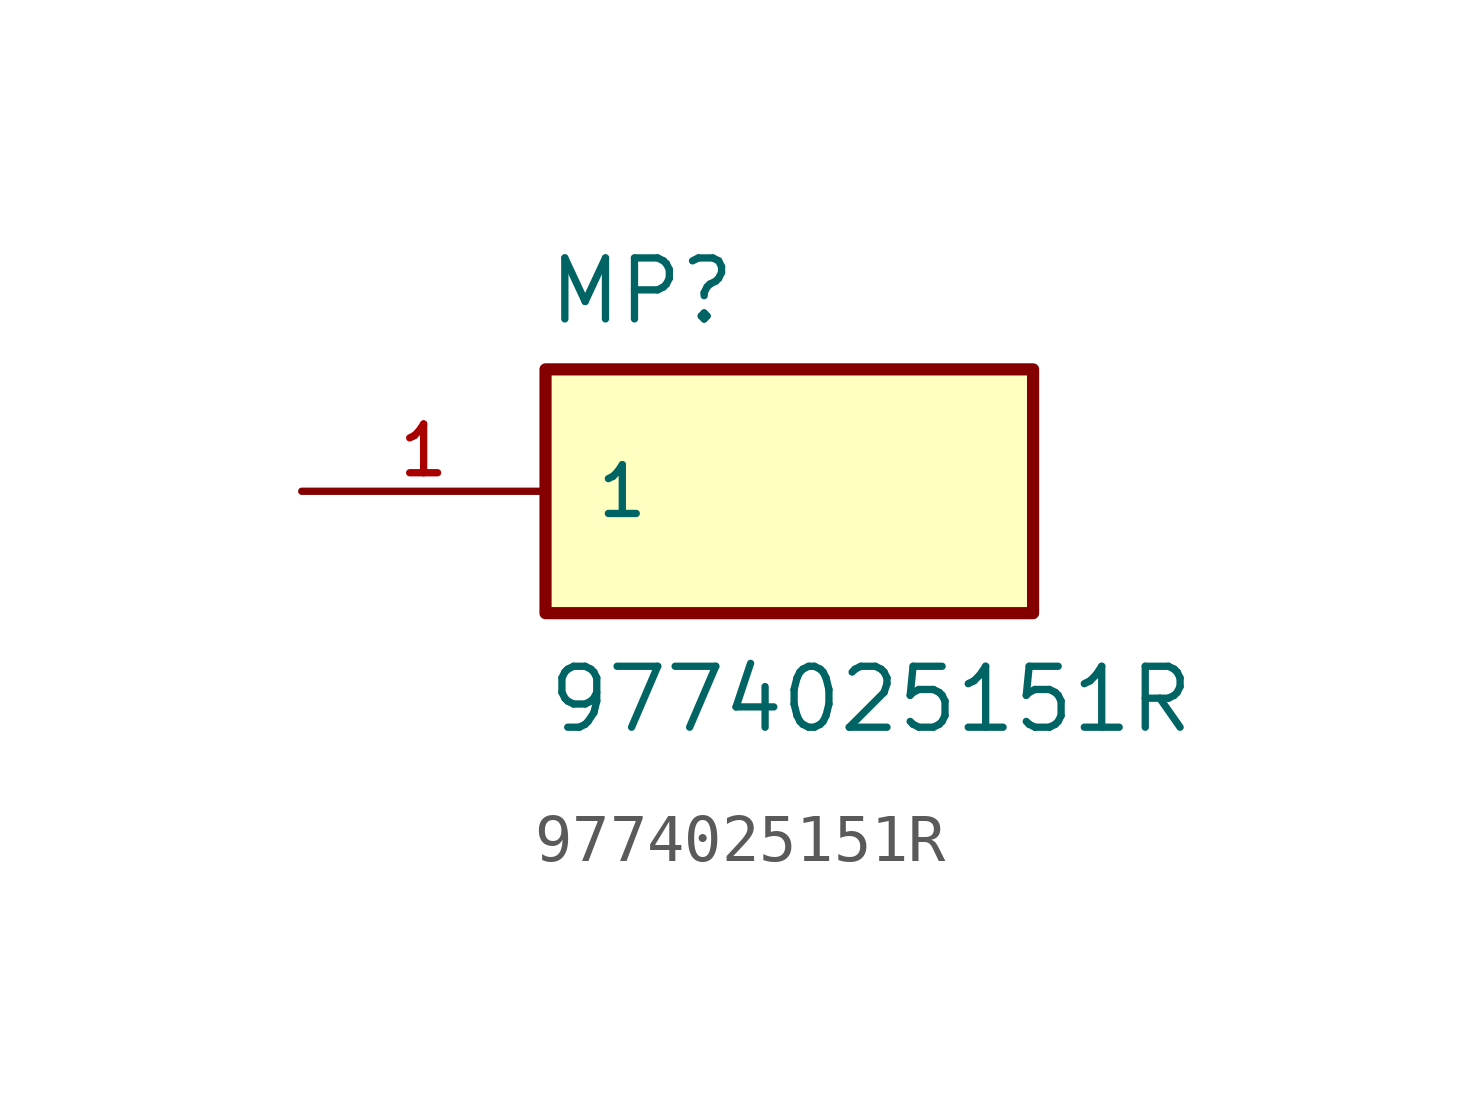
<source format=kicad_sym>
(kicad_symbol_lib
  (version 20211014)
  (generator kicad_symbol_editor)
  (symbol "9774025151R"
    (pin_names
      (offset 1.016))
    (property "Reference" "MP"
      (at -5.08 3.429 0)
      (effects (font (size 1.27 1.27)) (justify bottom left)))
    (property "Value" "9774025151R"
      (at -5.08 -5.08 0)
      (effects (font (size 1.27 1.27)) (justify bottom left)))
    (symbol "9774025151R_0_0"
      (rectangle (start -5.08 -2.54) (end 5.08 2.54) (stroke (width 0.254)) (fill (type background)))
      (pin passive line (at -10.16 0.0 0) (length 5.08) (name "1" (effects (font (size 1.016 1.016)))) (number "1" (effects (font (size 1.016 1.016))))))))
</source>
